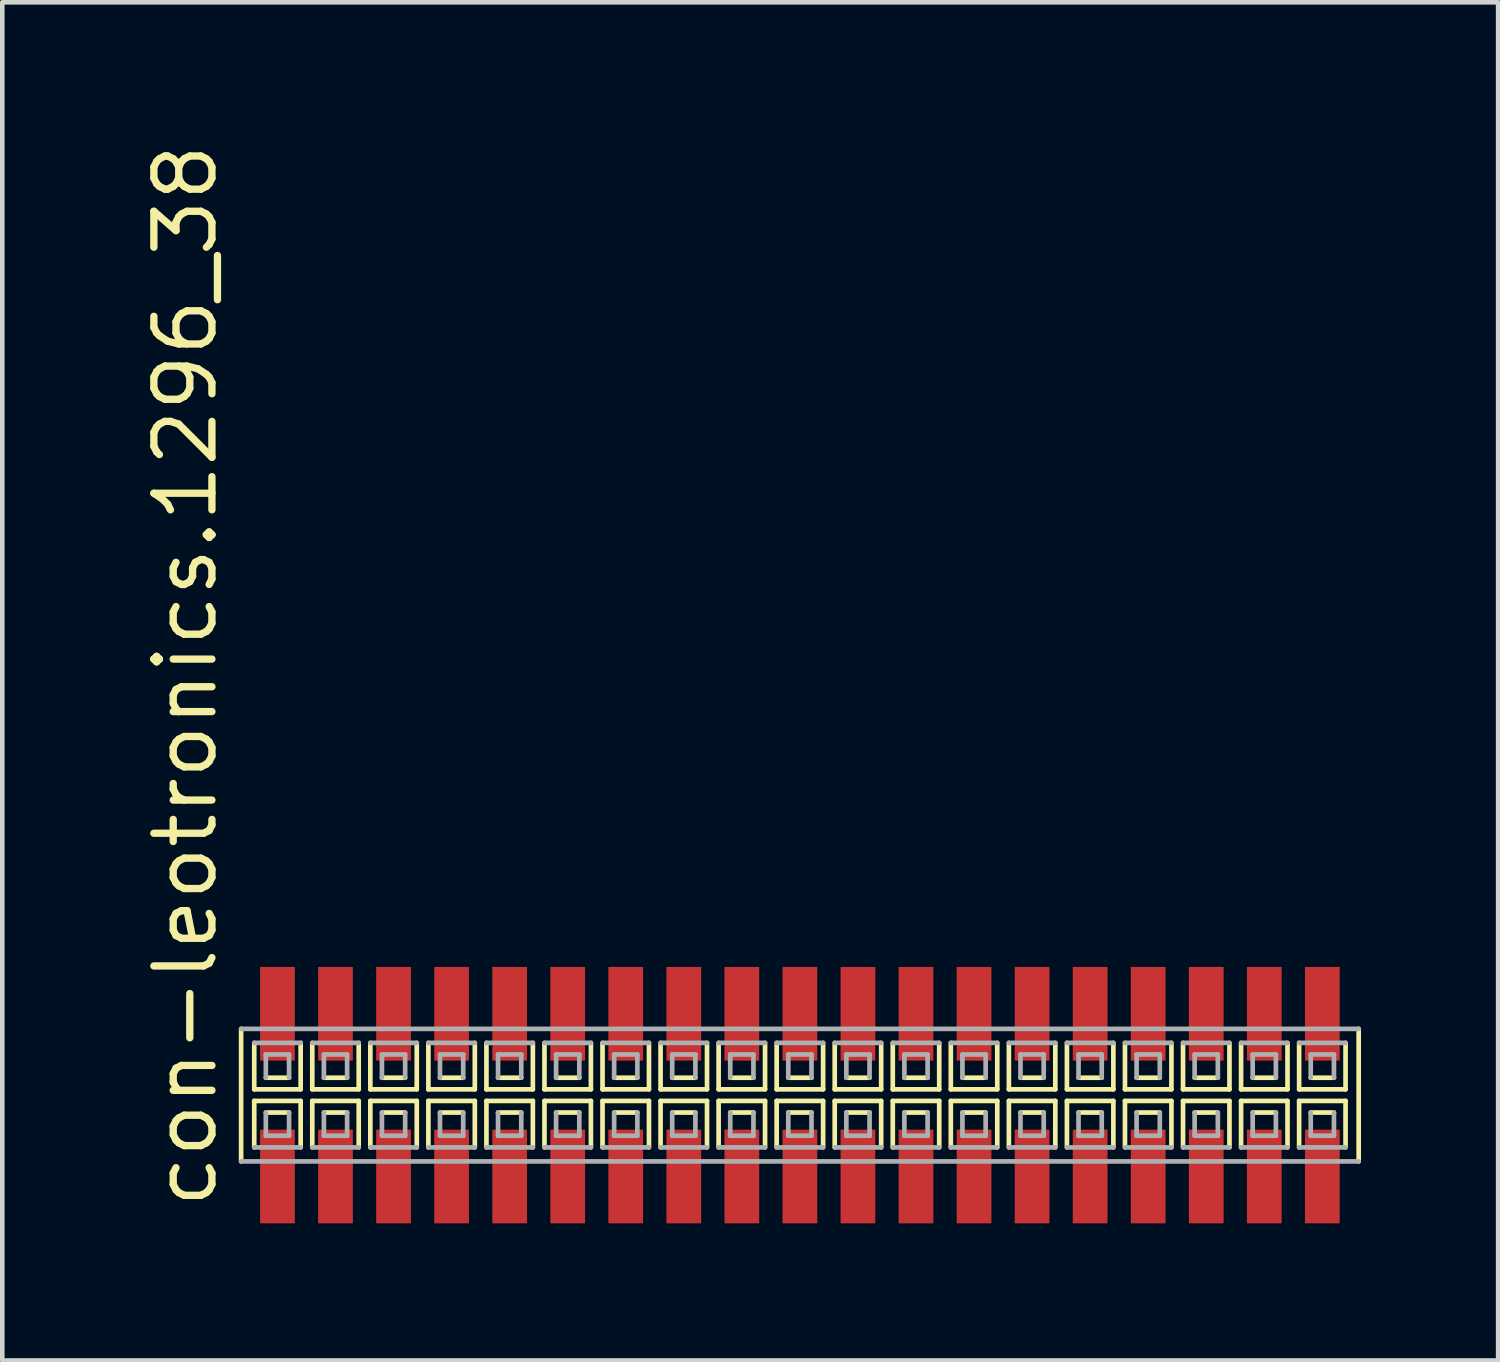
<source format=kicad_pcb>
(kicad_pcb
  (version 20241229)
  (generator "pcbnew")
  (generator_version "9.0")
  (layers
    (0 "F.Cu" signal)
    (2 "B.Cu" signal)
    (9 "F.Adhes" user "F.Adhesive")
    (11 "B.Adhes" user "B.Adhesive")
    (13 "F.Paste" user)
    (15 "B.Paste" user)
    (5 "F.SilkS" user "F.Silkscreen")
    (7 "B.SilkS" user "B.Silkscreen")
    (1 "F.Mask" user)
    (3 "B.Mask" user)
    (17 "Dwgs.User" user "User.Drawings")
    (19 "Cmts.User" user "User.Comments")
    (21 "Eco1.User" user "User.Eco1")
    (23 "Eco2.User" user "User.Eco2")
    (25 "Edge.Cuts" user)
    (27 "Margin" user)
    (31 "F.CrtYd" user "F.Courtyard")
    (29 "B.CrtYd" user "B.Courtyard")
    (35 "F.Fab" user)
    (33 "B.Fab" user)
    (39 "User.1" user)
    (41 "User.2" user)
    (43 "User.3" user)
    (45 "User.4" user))
  (footprint "con-leotronics.1296_38"
    (layer "F.Cu")
    (at 14.45 20.909)
    (property "Reference" "con-leotronics.1296_38" (at -12.7 2.54 90) (layer "F.SilkS") (effects (font (size 1.27 1.27) (thickness 0.16)) (justify left bottom)))
    (attr smd)
    (fp_line (start -12.225 -1.45) (end -12.225 1.45) (stroke (width 0.102) (type default)) (layer "F.SilkS"))
    (fp_line (start -11.938 -1.143) (end -11.938 -0.127) (stroke (width 0.102) (type default)) (layer "F.SilkS"))
    (fp_line (start -11.938 -0.127) (end -10.922 -0.127) (stroke (width 0.102) (type default)) (layer "F.SilkS"))
    (fp_line (start -11.938 0.127) (end -11.938 1.143) (stroke (width 0.102) (type default)) (layer "F.SilkS"))
    (fp_line (start -11.684 -0.381) (end -11.176 -0.381) (stroke (width 0.102) (type default)) (layer "F.SilkS"))
    (fp_line (start -11.176 0.381) (end -11.684 0.381) (stroke (width 0.102) (type default)) (layer "F.SilkS"))
    (fp_line (start -10.922 -0.127) (end -10.922 -1.143) (stroke (width 0.102) (type default)) (layer "F.SilkS"))
    (fp_line (start -10.922 0.127) (end -11.938 0.127) (stroke (width 0.102) (type default)) (layer "F.SilkS"))
    (fp_line (start -10.922 1.143) (end -10.922 0.127) (stroke (width 0.102) (type default)) (layer "F.SilkS"))
    (fp_line (start -10.668 -1.143) (end -10.668 -0.127) (stroke (width 0.102) (type default)) (layer "F.SilkS"))
    (fp_line (start -10.668 -0.127) (end -9.652 -0.127) (stroke (width 0.102) (type default)) (layer "F.SilkS"))
    (fp_line (start -10.668 0.127) (end -10.668 1.143) (stroke (width 0.102) (type default)) (layer "F.SilkS"))
    (fp_line (start -10.414 -0.381) (end -9.906 -0.381) (stroke (width 0.102) (type default)) (layer "F.SilkS"))
    (fp_line (start -9.906 0.381) (end -10.414 0.381) (stroke (width 0.102) (type default)) (layer "F.SilkS"))
    (fp_line (start -9.652 -0.127) (end -9.652 -1.143) (stroke (width 0.102) (type default)) (layer "F.SilkS"))
    (fp_line (start -9.652 0.127) (end -10.668 0.127) (stroke (width 0.102) (type default)) (layer "F.SilkS"))
    (fp_line (start -9.652 1.143) (end -9.652 0.127) (stroke (width 0.102) (type default)) (layer "F.SilkS"))
    (fp_line (start -9.398 -1.143) (end -9.398 -0.127) (stroke (width 0.102) (type default)) (layer "F.SilkS"))
    (fp_line (start -9.398 -0.127) (end -8.382 -0.127) (stroke (width 0.102) (type default)) (layer "F.SilkS"))
    (fp_line (start -9.398 0.127) (end -9.398 1.143) (stroke (width 0.102) (type default)) (layer "F.SilkS"))
    (fp_line (start -9.144 -0.381) (end -8.636 -0.381) (stroke (width 0.102) (type default)) (layer "F.SilkS"))
    (fp_line (start -8.636 0.381) (end -9.144 0.381) (stroke (width 0.102) (type default)) (layer "F.SilkS"))
    (fp_line (start -8.382 -0.127) (end -8.382 -1.143) (stroke (width 0.102) (type default)) (layer "F.SilkS"))
    (fp_line (start -8.382 0.127) (end -9.398 0.127) (stroke (width 0.102) (type default)) (layer "F.SilkS"))
    (fp_line (start -8.382 1.143) (end -8.382 0.127) (stroke (width 0.102) (type default)) (layer "F.SilkS"))
    (fp_line (start -8.128 -1.143) (end -8.128 -0.127) (stroke (width 0.102) (type default)) (layer "F.SilkS"))
    (fp_line (start -8.128 -0.127) (end -7.112 -0.127) (stroke (width 0.102) (type default)) (layer "F.SilkS"))
    (fp_line (start -8.128 0.127) (end -8.128 1.143) (stroke (width 0.102) (type default)) (layer "F.SilkS"))
    (fp_line (start -7.874 -0.381) (end -7.366 -0.381) (stroke (width 0.102) (type default)) (layer "F.SilkS"))
    (fp_line (start -7.366 0.381) (end -7.874 0.381) (stroke (width 0.102) (type default)) (layer "F.SilkS"))
    (fp_line (start -7.112 -0.127) (end -7.112 -1.143) (stroke (width 0.102) (type default)) (layer "F.SilkS"))
    (fp_line (start -7.112 0.127) (end -8.128 0.127) (stroke (width 0.102) (type default)) (layer "F.SilkS"))
    (fp_line (start -7.112 1.143) (end -7.112 0.127) (stroke (width 0.102) (type default)) (layer "F.SilkS"))
    (fp_line (start -6.858 -1.143) (end -6.858 -0.127) (stroke (width 0.102) (type default)) (layer "F.SilkS"))
    (fp_line (start -6.858 -0.127) (end -5.842 -0.127) (stroke (width 0.102) (type default)) (layer "F.SilkS"))
    (fp_line (start -6.858 0.127) (end -6.858 1.143) (stroke (width 0.102) (type default)) (layer "F.SilkS"))
    (fp_line (start -6.604 -0.381) (end -6.096 -0.381) (stroke (width 0.102) (type default)) (layer "F.SilkS"))
    (fp_line (start -6.096 0.381) (end -6.604 0.381) (stroke (width 0.102) (type default)) (layer "F.SilkS"))
    (fp_line (start -5.842 -0.127) (end -5.842 -1.143) (stroke (width 0.102) (type default)) (layer "F.SilkS"))
    (fp_line (start -5.842 0.127) (end -6.858 0.127) (stroke (width 0.102) (type default)) (layer "F.SilkS"))
    (fp_line (start -5.842 1.143) (end -5.842 0.127) (stroke (width 0.102) (type default)) (layer "F.SilkS"))
    (fp_line (start -5.588 -1.143) (end -5.588 -0.127) (stroke (width 0.102) (type default)) (layer "F.SilkS"))
    (fp_line (start -5.588 -0.127) (end -4.572 -0.127) (stroke (width 0.102) (type default)) (layer "F.SilkS"))
    (fp_line (start -5.588 0.127) (end -5.588 1.143) (stroke (width 0.102) (type default)) (layer "F.SilkS"))
    (fp_line (start -5.334 -0.381) (end -4.826 -0.381) (stroke (width 0.102) (type default)) (layer "F.SilkS"))
    (fp_line (start -4.826 0.381) (end -5.334 0.381) (stroke (width 0.102) (type default)) (layer "F.SilkS"))
    (fp_line (start -4.572 -0.127) (end -4.572 -1.143) (stroke (width 0.102) (type default)) (layer "F.SilkS"))
    (fp_line (start -4.572 0.127) (end -5.588 0.127) (stroke (width 0.102) (type default)) (layer "F.SilkS"))
    (fp_line (start -4.572 1.143) (end -4.572 0.127) (stroke (width 0.102) (type default)) (layer "F.SilkS"))
    (fp_line (start -4.318 -1.143) (end -4.318 -0.127) (stroke (width 0.102) (type default)) (layer "F.SilkS"))
    (fp_line (start -4.318 -0.127) (end -3.302 -0.127) (stroke (width 0.102) (type default)) (layer "F.SilkS"))
    (fp_line (start -4.318 0.127) (end -4.318 1.143) (stroke (width 0.102) (type default)) (layer "F.SilkS"))
    (fp_line (start -4.064 -0.381) (end -3.556 -0.381) (stroke (width 0.102) (type default)) (layer "F.SilkS"))
    (fp_line (start -3.556 0.381) (end -4.064 0.381) (stroke (width 0.102) (type default)) (layer "F.SilkS"))
    (fp_line (start -3.302 -0.127) (end -3.302 -1.143) (stroke (width 0.102) (type default)) (layer "F.SilkS"))
    (fp_line (start -3.302 0.127) (end -4.318 0.127) (stroke (width 0.102) (type default)) (layer "F.SilkS"))
    (fp_line (start -3.302 1.143) (end -3.302 0.127) (stroke (width 0.102) (type default)) (layer "F.SilkS"))
    (fp_line (start -3.048 -1.143) (end -3.048 -0.127) (stroke (width 0.102) (type default)) (layer "F.SilkS"))
    (fp_line (start -3.048 -0.127) (end -2.032 -0.127) (stroke (width 0.102) (type default)) (layer "F.SilkS"))
    (fp_line (start -3.048 0.127) (end -3.048 1.143) (stroke (width 0.102) (type default)) (layer "F.SilkS"))
    (fp_line (start -2.794 -0.381) (end -2.286 -0.381) (stroke (width 0.102) (type default)) (layer "F.SilkS"))
    (fp_line (start -2.286 0.381) (end -2.794 0.381) (stroke (width 0.102) (type default)) (layer "F.SilkS"))
    (fp_line (start -2.032 -0.127) (end -2.032 -1.143) (stroke (width 0.102) (type default)) (layer "F.SilkS"))
    (fp_line (start -2.032 0.127) (end -3.048 0.127) (stroke (width 0.102) (type default)) (layer "F.SilkS"))
    (fp_line (start -2.032 1.143) (end -2.032 0.127) (stroke (width 0.102) (type default)) (layer "F.SilkS"))
    (fp_line (start -1.778 -1.143) (end -1.778 -0.127) (stroke (width 0.102) (type default)) (layer "F.SilkS"))
    (fp_line (start -1.778 -0.127) (end -0.762 -0.127) (stroke (width 0.102) (type default)) (layer "F.SilkS"))
    (fp_line (start -1.778 0.127) (end -1.778 1.143) (stroke (width 0.102) (type default)) (layer "F.SilkS"))
    (fp_line (start -1.524 -0.381) (end -1.016 -0.381) (stroke (width 0.102) (type default)) (layer "F.SilkS"))
    (fp_line (start -1.016 0.381) (end -1.524 0.381) (stroke (width 0.102) (type default)) (layer "F.SilkS"))
    (fp_line (start -0.762 -0.127) (end -0.762 -1.143) (stroke (width 0.102) (type default)) (layer "F.SilkS"))
    (fp_line (start -0.762 0.127) (end -1.778 0.127) (stroke (width 0.102) (type default)) (layer "F.SilkS"))
    (fp_line (start -0.762 1.143) (end -0.762 0.127) (stroke (width 0.102) (type default)) (layer "F.SilkS"))
    (fp_line (start -0.508 -1.143) (end -0.508 -0.127) (stroke (width 0.102) (type default)) (layer "F.SilkS"))
    (fp_line (start -0.508 -0.127) (end 0.508 -0.127) (stroke (width 0.102) (type default)) (layer "F.SilkS"))
    (fp_line (start -0.508 0.127) (end -0.508 1.143) (stroke (width 0.102) (type default)) (layer "F.SilkS"))
    (fp_line (start -0.254 -0.381) (end 0.254 -0.381) (stroke (width 0.102) (type default)) (layer "F.SilkS"))
    (fp_line (start 0.254 0.381) (end -0.254 0.381) (stroke (width 0.102) (type default)) (layer "F.SilkS"))
    (fp_line (start 0.508 -0.127) (end 0.508 -1.143) (stroke (width 0.102) (type default)) (layer "F.SilkS"))
    (fp_line (start 0.508 0.127) (end -0.508 0.127) (stroke (width 0.102) (type default)) (layer "F.SilkS"))
    (fp_line (start 0.508 1.143) (end 0.508 0.127) (stroke (width 0.102) (type default)) (layer "F.SilkS"))
    (fp_line (start 0.762 -1.143) (end 0.762 -0.127) (stroke (width 0.102) (type default)) (layer "F.SilkS"))
    (fp_line (start 0.762 -0.127) (end 1.778 -0.127) (stroke (width 0.102) (type default)) (layer "F.SilkS"))
    (fp_line (start 0.762 0.127) (end 0.762 1.143) (stroke (width 0.102) (type default)) (layer "F.SilkS"))
    (fp_line (start 1.016 -0.381) (end 1.524 -0.381) (stroke (width 0.102) (type default)) (layer "F.SilkS"))
    (fp_line (start 1.524 0.381) (end 1.016 0.381) (stroke (width 0.102) (type default)) (layer "F.SilkS"))
    (fp_line (start 1.778 -0.127) (end 1.778 -1.143) (stroke (width 0.102) (type default)) (layer "F.SilkS"))
    (fp_line (start 1.778 0.127) (end 0.762 0.127) (stroke (width 0.102) (type default)) (layer "F.SilkS"))
    (fp_line (start 1.778 1.143) (end 1.778 0.127) (stroke (width 0.102) (type default)) (layer "F.SilkS"))
    (fp_line (start 2.032 -1.143) (end 2.032 -0.127) (stroke (width 0.102) (type default)) (layer "F.SilkS"))
    (fp_line (start 2.032 -0.127) (end 3.048 -0.127) (stroke (width 0.102) (type default)) (layer "F.SilkS"))
    (fp_line (start 2.032 0.127) (end 2.032 1.143) (stroke (width 0.102) (type default)) (layer "F.SilkS"))
    (fp_line (start 2.286 -0.381) (end 2.794 -0.381) (stroke (width 0.102) (type default)) (layer "F.SilkS"))
    (fp_line (start 2.794 0.381) (end 2.286 0.381) (stroke (width 0.102) (type default)) (layer "F.SilkS"))
    (fp_line (start 3.048 -0.127) (end 3.048 -1.143) (stroke (width 0.102) (type default)) (layer "F.SilkS"))
    (fp_line (start 3.048 0.127) (end 2.032 0.127) (stroke (width 0.102) (type default)) (layer "F.SilkS"))
    (fp_line (start 3.048 1.143) (end 3.048 0.127) (stroke (width 0.102) (type default)) (layer "F.SilkS"))
    (fp_line (start 3.302 -1.143) (end 3.302 -0.127) (stroke (width 0.102) (type default)) (layer "F.SilkS"))
    (fp_line (start 3.302 -0.127) (end 4.318 -0.127) (stroke (width 0.102) (type default)) (layer "F.SilkS"))
    (fp_line (start 3.302 0.127) (end 3.302 1.143) (stroke (width 0.102) (type default)) (layer "F.SilkS"))
    (fp_line (start 3.556 -0.381) (end 4.064 -0.381) (stroke (width 0.102) (type default)) (layer "F.SilkS"))
    (fp_line (start 4.064 0.381) (end 3.556 0.381) (stroke (width 0.102) (type default)) (layer "F.SilkS"))
    (fp_line (start 4.318 -0.127) (end 4.318 -1.143) (stroke (width 0.102) (type default)) (layer "F.SilkS"))
    (fp_line (start 4.318 0.127) (end 3.302 0.127) (stroke (width 0.102) (type default)) (layer "F.SilkS"))
    (fp_line (start 4.318 1.143) (end 4.318 0.127) (stroke (width 0.102) (type default)) (layer "F.SilkS"))
    (fp_line (start 4.572 -1.143) (end 4.572 -0.127) (stroke (width 0.102) (type default)) (layer "F.SilkS"))
    (fp_line (start 4.572 -0.127) (end 5.588 -0.127) (stroke (width 0.102) (type default)) (layer "F.SilkS"))
    (fp_line (start 4.572 0.127) (end 4.572 1.143) (stroke (width 0.102) (type default)) (layer "F.SilkS"))
    (fp_line (start 4.826 -0.381) (end 5.334 -0.381) (stroke (width 0.102) (type default)) (layer "F.SilkS"))
    (fp_line (start 5.334 0.381) (end 4.826 0.381) (stroke (width 0.102) (type default)) (layer "F.SilkS"))
    (fp_line (start 5.588 -0.127) (end 5.588 -1.143) (stroke (width 0.102) (type default)) (layer "F.SilkS"))
    (fp_line (start 5.588 0.127) (end 4.572 0.127) (stroke (width 0.102) (type default)) (layer "F.SilkS"))
    (fp_line (start 5.588 1.143) (end 5.588 0.127) (stroke (width 0.102) (type default)) (layer "F.SilkS"))
    (fp_line (start 5.842 -1.143) (end 5.842 -0.127) (stroke (width 0.102) (type default)) (layer "F.SilkS"))
    (fp_line (start 5.842 -0.127) (end 6.858 -0.127) (stroke (width 0.102) (type default)) (layer "F.SilkS"))
    (fp_line (start 5.842 0.127) (end 5.842 1.143) (stroke (width 0.102) (type default)) (layer "F.SilkS"))
    (fp_line (start 6.096 -0.381) (end 6.604 -0.381) (stroke (width 0.102) (type default)) (layer "F.SilkS"))
    (fp_line (start 6.604 0.381) (end 6.096 0.381) (stroke (width 0.102) (type default)) (layer "F.SilkS"))
    (fp_line (start 6.858 -0.127) (end 6.858 -1.143) (stroke (width 0.102) (type default)) (layer "F.SilkS"))
    (fp_line (start 6.858 0.127) (end 5.842 0.127) (stroke (width 0.102) (type default)) (layer "F.SilkS"))
    (fp_line (start 6.858 1.143) (end 6.858 0.127) (stroke (width 0.102) (type default)) (layer "F.SilkS"))
    (fp_line (start 7.112 -1.143) (end 7.112 -0.127) (stroke (width 0.102) (type default)) (layer "F.SilkS"))
    (fp_line (start 7.112 -0.127) (end 8.128 -0.127) (stroke (width 0.102) (type default)) (layer "F.SilkS"))
    (fp_line (start 7.112 0.127) (end 7.112 1.143) (stroke (width 0.102) (type default)) (layer "F.SilkS"))
    (fp_line (start 7.366 -0.381) (end 7.874 -0.381) (stroke (width 0.102) (type default)) (layer "F.SilkS"))
    (fp_line (start 7.874 0.381) (end 7.366 0.381) (stroke (width 0.102) (type default)) (layer "F.SilkS"))
    (fp_line (start 8.128 -0.127) (end 8.128 -1.143) (stroke (width 0.102) (type default)) (layer "F.SilkS"))
    (fp_line (start 8.128 0.127) (end 7.112 0.127) (stroke (width 0.102) (type default)) (layer "F.SilkS"))
    (fp_line (start 8.128 1.143) (end 8.128 0.127) (stroke (width 0.102) (type default)) (layer "F.SilkS"))
    (fp_line (start 8.382 -1.143) (end 8.382 -0.127) (stroke (width 0.102) (type default)) (layer "F.SilkS"))
    (fp_line (start 8.382 -0.127) (end 9.398 -0.127) (stroke (width 0.102) (type default)) (layer "F.SilkS"))
    (fp_line (start 8.382 0.127) (end 8.382 1.143) (stroke (width 0.102) (type default)) (layer "F.SilkS"))
    (fp_line (start 8.636 -0.381) (end 9.144 -0.381) (stroke (width 0.102) (type default)) (layer "F.SilkS"))
    (fp_line (start 9.144 0.381) (end 8.636 0.381) (stroke (width 0.102) (type default)) (layer "F.SilkS"))
    (fp_line (start 9.398 -0.127) (end 9.398 -1.143) (stroke (width 0.102) (type default)) (layer "F.SilkS"))
    (fp_line (start 9.398 0.127) (end 8.382 0.127) (stroke (width 0.102) (type default)) (layer "F.SilkS"))
    (fp_line (start 9.398 1.143) (end 9.398 0.127) (stroke (width 0.102) (type default)) (layer "F.SilkS"))
    (fp_line (start 9.652 -1.143) (end 9.652 -0.127) (stroke (width 0.102) (type default)) (layer "F.SilkS"))
    (fp_line (start 9.652 -0.127) (end 10.668 -0.127) (stroke (width 0.102) (type default)) (layer "F.SilkS"))
    (fp_line (start 9.652 0.127) (end 9.652 1.143) (stroke (width 0.102) (type default)) (layer "F.SilkS"))
    (fp_line (start 9.906 -0.381) (end 10.414 -0.381) (stroke (width 0.102) (type default)) (layer "F.SilkS"))
    (fp_line (start 10.414 0.381) (end 9.906 0.381) (stroke (width 0.102) (type default)) (layer "F.SilkS"))
    (fp_line (start 10.668 -0.127) (end 10.668 -1.143) (stroke (width 0.102) (type default)) (layer "F.SilkS"))
    (fp_line (start 10.668 0.127) (end 9.652 0.127) (stroke (width 0.102) (type default)) (layer "F.SilkS"))
    (fp_line (start 10.668 1.143) (end 10.668 0.127) (stroke (width 0.102) (type default)) (layer "F.SilkS"))
    (fp_line (start 10.922 -1.143) (end 10.922 -0.127) (stroke (width 0.102) (type default)) (layer "F.SilkS"))
    (fp_line (start 10.922 -0.127) (end 11.938 -0.127) (stroke (width 0.102) (type default)) (layer "F.SilkS"))
    (fp_line (start 10.922 0.127) (end 10.922 1.143) (stroke (width 0.102) (type default)) (layer "F.SilkS"))
    (fp_line (start 11.176 -0.381) (end 11.684 -0.381) (stroke (width 0.102) (type default)) (layer "F.SilkS"))
    (fp_line (start 11.684 0.381) (end 11.176 0.381) (stroke (width 0.102) (type default)) (layer "F.SilkS"))
    (fp_line (start 11.938 -0.127) (end 11.938 -1.143) (stroke (width 0.102) (type default)) (layer "F.SilkS"))
    (fp_line (start 11.938 0.127) (end 10.922 0.127) (stroke (width 0.102) (type default)) (layer "F.SilkS"))
    (fp_line (start 11.938 1.143) (end 11.938 0.127) (stroke (width 0.102) (type default)) (layer "F.SilkS"))
    (fp_line (start 12.225 1.45) (end 12.225 -1.45) (stroke (width 0.102) (type default)) (layer "F.SilkS"))
    (fp_line (start -12.225 1.45) (end 12.225 1.45) (stroke (width 0.102) (type default)) (layer "F.Fab"))
    (fp_line (start -11.938 1.143) (end -10.922 1.143) (stroke (width 0.102) (type default)) (layer "F.Fab"))
    (fp_line (start -11.684 -0.889) (end -11.684 -0.381) (stroke (width 0.102) (type default)) (layer "F.Fab"))
    (fp_line (start -11.684 0.381) (end -11.684 0.889) (stroke (width 0.102) (type default)) (layer "F.Fab"))
    (fp_line (start -11.684 0.889) (end -11.176 0.889) (stroke (width 0.102) (type default)) (layer "F.Fab"))
    (fp_line (start -11.176 -0.889) (end -11.684 -0.889) (stroke (width 0.102) (type default)) (layer "F.Fab"))
    (fp_line (start -11.176 -0.381) (end -11.176 -0.889) (stroke (width 0.102) (type default)) (layer "F.Fab"))
    (fp_line (start -11.176 0.889) (end -11.176 0.381) (stroke (width 0.102) (type default)) (layer "F.Fab"))
    (fp_line (start -10.922 -1.143) (end -11.938 -1.143) (stroke (width 0.102) (type default)) (layer "F.Fab"))
    (fp_line (start -10.668 1.143) (end -9.652 1.143) (stroke (width 0.102) (type default)) (layer "F.Fab"))
    (fp_line (start -10.414 -0.889) (end -10.414 -0.381) (stroke (width 0.102) (type default)) (layer "F.Fab"))
    (fp_line (start -10.414 0.381) (end -10.414 0.889) (stroke (width 0.102) (type default)) (layer "F.Fab"))
    (fp_line (start -10.414 0.889) (end -9.906 0.889) (stroke (width 0.102) (type default)) (layer "F.Fab"))
    (fp_line (start -9.906 -0.889) (end -10.414 -0.889) (stroke (width 0.102) (type default)) (layer "F.Fab"))
    (fp_line (start -9.906 -0.381) (end -9.906 -0.889) (stroke (width 0.102) (type default)) (layer "F.Fab"))
    (fp_line (start -9.906 0.889) (end -9.906 0.381) (stroke (width 0.102) (type default)) (layer "F.Fab"))
    (fp_line (start -9.652 -1.143) (end -10.668 -1.143) (stroke (width 0.102) (type default)) (layer "F.Fab"))
    (fp_line (start -9.398 1.143) (end -8.382 1.143) (stroke (width 0.102) (type default)) (layer "F.Fab"))
    (fp_line (start -9.144 -0.889) (end -9.144 -0.381) (stroke (width 0.102) (type default)) (layer "F.Fab"))
    (fp_line (start -9.144 0.381) (end -9.144 0.889) (stroke (width 0.102) (type default)) (layer "F.Fab"))
    (fp_line (start -9.144 0.889) (end -8.636 0.889) (stroke (width 0.102) (type default)) (layer "F.Fab"))
    (fp_line (start -8.636 -0.889) (end -9.144 -0.889) (stroke (width 0.102) (type default)) (layer "F.Fab"))
    (fp_line (start -8.636 -0.381) (end -8.636 -0.889) (stroke (width 0.102) (type default)) (layer "F.Fab"))
    (fp_line (start -8.636 0.889) (end -8.636 0.381) (stroke (width 0.102) (type default)) (layer "F.Fab"))
    (fp_line (start -8.382 -1.143) (end -9.398 -1.143) (stroke (width 0.102) (type default)) (layer "F.Fab"))
    (fp_line (start -8.128 1.143) (end -7.112 1.143) (stroke (width 0.102) (type default)) (layer "F.Fab"))
    (fp_line (start -7.874 -0.889) (end -7.874 -0.381) (stroke (width 0.102) (type default)) (layer "F.Fab"))
    (fp_line (start -7.874 0.381) (end -7.874 0.889) (stroke (width 0.102) (type default)) (layer "F.Fab"))
    (fp_line (start -7.874 0.889) (end -7.366 0.889) (stroke (width 0.102) (type default)) (layer "F.Fab"))
    (fp_line (start -7.366 -0.889) (end -7.874 -0.889) (stroke (width 0.102) (type default)) (layer "F.Fab"))
    (fp_line (start -7.366 -0.381) (end -7.366 -0.889) (stroke (width 0.102) (type default)) (layer "F.Fab"))
    (fp_line (start -7.366 0.889) (end -7.366 0.381) (stroke (width 0.102) (type default)) (layer "F.Fab"))
    (fp_line (start -7.112 -1.143) (end -8.128 -1.143) (stroke (width 0.102) (type default)) (layer "F.Fab"))
    (fp_line (start -6.858 1.143) (end -5.842 1.143) (stroke (width 0.102) (type default)) (layer "F.Fab"))
    (fp_line (start -6.604 -0.889) (end -6.604 -0.381) (stroke (width 0.102) (type default)) (layer "F.Fab"))
    (fp_line (start -6.604 0.381) (end -6.604 0.889) (stroke (width 0.102) (type default)) (layer "F.Fab"))
    (fp_line (start -6.604 0.889) (end -6.096 0.889) (stroke (width 0.102) (type default)) (layer "F.Fab"))
    (fp_line (start -6.096 -0.889) (end -6.604 -0.889) (stroke (width 0.102) (type default)) (layer "F.Fab"))
    (fp_line (start -6.096 -0.381) (end -6.096 -0.889) (stroke (width 0.102) (type default)) (layer "F.Fab"))
    (fp_line (start -6.096 0.889) (end -6.096 0.381) (stroke (width 0.102) (type default)) (layer "F.Fab"))
    (fp_line (start -5.842 -1.143) (end -6.858 -1.143) (stroke (width 0.102) (type default)) (layer "F.Fab"))
    (fp_line (start -5.588 1.143) (end -4.572 1.143) (stroke (width 0.102) (type default)) (layer "F.Fab"))
    (fp_line (start -5.334 -0.889) (end -5.334 -0.381) (stroke (width 0.102) (type default)) (layer "F.Fab"))
    (fp_line (start -5.334 0.381) (end -5.334 0.889) (stroke (width 0.102) (type default)) (layer "F.Fab"))
    (fp_line (start -5.334 0.889) (end -4.826 0.889) (stroke (width 0.102) (type default)) (layer "F.Fab"))
    (fp_line (start -4.826 -0.889) (end -5.334 -0.889) (stroke (width 0.102) (type default)) (layer "F.Fab"))
    (fp_line (start -4.826 -0.381) (end -4.826 -0.889) (stroke (width 0.102) (type default)) (layer "F.Fab"))
    (fp_line (start -4.826 0.889) (end -4.826 0.381) (stroke (width 0.102) (type default)) (layer "F.Fab"))
    (fp_line (start -4.572 -1.143) (end -5.588 -1.143) (stroke (width 0.102) (type default)) (layer "F.Fab"))
    (fp_line (start -4.318 1.143) (end -3.302 1.143) (stroke (width 0.102) (type default)) (layer "F.Fab"))
    (fp_line (start -4.064 -0.889) (end -4.064 -0.381) (stroke (width 0.102) (type default)) (layer "F.Fab"))
    (fp_line (start -4.064 0.381) (end -4.064 0.889) (stroke (width 0.102) (type default)) (layer "F.Fab"))
    (fp_line (start -4.064 0.889) (end -3.556 0.889) (stroke (width 0.102) (type default)) (layer "F.Fab"))
    (fp_line (start -3.556 -0.889) (end -4.064 -0.889) (stroke (width 0.102) (type default)) (layer "F.Fab"))
    (fp_line (start -3.556 -0.381) (end -3.556 -0.889) (stroke (width 0.102) (type default)) (layer "F.Fab"))
    (fp_line (start -3.556 0.889) (end -3.556 0.381) (stroke (width 0.102) (type default)) (layer "F.Fab"))
    (fp_line (start -3.302 -1.143) (end -4.318 -1.143) (stroke (width 0.102) (type default)) (layer "F.Fab"))
    (fp_line (start -3.048 1.143) (end -2.032 1.143) (stroke (width 0.102) (type default)) (layer "F.Fab"))
    (fp_line (start -2.794 -0.889) (end -2.794 -0.381) (stroke (width 0.102) (type default)) (layer "F.Fab"))
    (fp_line (start -2.794 0.381) (end -2.794 0.889) (stroke (width 0.102) (type default)) (layer "F.Fab"))
    (fp_line (start -2.794 0.889) (end -2.286 0.889) (stroke (width 0.102) (type default)) (layer "F.Fab"))
    (fp_line (start -2.286 -0.889) (end -2.794 -0.889) (stroke (width 0.102) (type default)) (layer "F.Fab"))
    (fp_line (start -2.286 -0.381) (end -2.286 -0.889) (stroke (width 0.102) (type default)) (layer "F.Fab"))
    (fp_line (start -2.286 0.889) (end -2.286 0.381) (stroke (width 0.102) (type default)) (layer "F.Fab"))
    (fp_line (start -2.032 -1.143) (end -3.048 -1.143) (stroke (width 0.102) (type default)) (layer "F.Fab"))
    (fp_line (start -1.778 1.143) (end -0.762 1.143) (stroke (width 0.102) (type default)) (layer "F.Fab"))
    (fp_line (start -1.524 -0.889) (end -1.524 -0.381) (stroke (width 0.102) (type default)) (layer "F.Fab"))
    (fp_line (start -1.524 0.381) (end -1.524 0.889) (stroke (width 0.102) (type default)) (layer "F.Fab"))
    (fp_line (start -1.524 0.889) (end -1.016 0.889) (stroke (width 0.102) (type default)) (layer "F.Fab"))
    (fp_line (start -1.016 -0.889) (end -1.524 -0.889) (stroke (width 0.102) (type default)) (layer "F.Fab"))
    (fp_line (start -1.016 -0.381) (end -1.016 -0.889) (stroke (width 0.102) (type default)) (layer "F.Fab"))
    (fp_line (start -1.016 0.889) (end -1.016 0.381) (stroke (width 0.102) (type default)) (layer "F.Fab"))
    (fp_line (start -0.762 -1.143) (end -1.778 -1.143) (stroke (width 0.102) (type default)) (layer "F.Fab"))
    (fp_line (start -0.508 1.143) (end 0.508 1.143) (stroke (width 0.102) (type default)) (layer "F.Fab"))
    (fp_line (start -0.254 -0.889) (end -0.254 -0.381) (stroke (width 0.102) (type default)) (layer "F.Fab"))
    (fp_line (start -0.254 0.381) (end -0.254 0.889) (stroke (width 0.102) (type default)) (layer "F.Fab"))
    (fp_line (start -0.254 0.889) (end 0.254 0.889) (stroke (width 0.102) (type default)) (layer "F.Fab"))
    (fp_line (start 0.254 -0.889) (end -0.254 -0.889) (stroke (width 0.102) (type default)) (layer "F.Fab"))
    (fp_line (start 0.254 -0.381) (end 0.254 -0.889) (stroke (width 0.102) (type default)) (layer "F.Fab"))
    (fp_line (start 0.254 0.889) (end 0.254 0.381) (stroke (width 0.102) (type default)) (layer "F.Fab"))
    (fp_line (start 0.508 -1.143) (end -0.508 -1.143) (stroke (width 0.102) (type default)) (layer "F.Fab"))
    (fp_line (start 0.762 1.143) (end 1.778 1.143) (stroke (width 0.102) (type default)) (layer "F.Fab"))
    (fp_line (start 1.016 -0.889) (end 1.016 -0.381) (stroke (width 0.102) (type default)) (layer "F.Fab"))
    (fp_line (start 1.016 0.381) (end 1.016 0.889) (stroke (width 0.102) (type default)) (layer "F.Fab"))
    (fp_line (start 1.016 0.889) (end 1.524 0.889) (stroke (width 0.102) (type default)) (layer "F.Fab"))
    (fp_line (start 1.524 -0.889) (end 1.016 -0.889) (stroke (width 0.102) (type default)) (layer "F.Fab"))
    (fp_line (start 1.524 -0.381) (end 1.524 -0.889) (stroke (width 0.102) (type default)) (layer "F.Fab"))
    (fp_line (start 1.524 0.889) (end 1.524 0.381) (stroke (width 0.102) (type default)) (layer "F.Fab"))
    (fp_line (start 1.778 -1.143) (end 0.762 -1.143) (stroke (width 0.102) (type default)) (layer "F.Fab"))
    (fp_line (start 2.032 1.143) (end 3.048 1.143) (stroke (width 0.102) (type default)) (layer "F.Fab"))
    (fp_line (start 2.286 -0.889) (end 2.286 -0.381) (stroke (width 0.102) (type default)) (layer "F.Fab"))
    (fp_line (start 2.286 0.381) (end 2.286 0.889) (stroke (width 0.102) (type default)) (layer "F.Fab"))
    (fp_line (start 2.286 0.889) (end 2.794 0.889) (stroke (width 0.102) (type default)) (layer "F.Fab"))
    (fp_line (start 2.794 -0.889) (end 2.286 -0.889) (stroke (width 0.102) (type default)) (layer "F.Fab"))
    (fp_line (start 2.794 -0.381) (end 2.794 -0.889) (stroke (width 0.102) (type default)) (layer "F.Fab"))
    (fp_line (start 2.794 0.889) (end 2.794 0.381) (stroke (width 0.102) (type default)) (layer "F.Fab"))
    (fp_line (start 3.048 -1.143) (end 2.032 -1.143) (stroke (width 0.102) (type default)) (layer "F.Fab"))
    (fp_line (start 3.302 1.143) (end 4.318 1.143) (stroke (width 0.102) (type default)) (layer "F.Fab"))
    (fp_line (start 3.556 -0.889) (end 3.556 -0.381) (stroke (width 0.102) (type default)) (layer "F.Fab"))
    (fp_line (start 3.556 0.381) (end 3.556 0.889) (stroke (width 0.102) (type default)) (layer "F.Fab"))
    (fp_line (start 3.556 0.889) (end 4.064 0.889) (stroke (width 0.102) (type default)) (layer "F.Fab"))
    (fp_line (start 4.064 -0.889) (end 3.556 -0.889) (stroke (width 0.102) (type default)) (layer "F.Fab"))
    (fp_line (start 4.064 -0.381) (end 4.064 -0.889) (stroke (width 0.102) (type default)) (layer "F.Fab"))
    (fp_line (start 4.064 0.889) (end 4.064 0.381) (stroke (width 0.102) (type default)) (layer "F.Fab"))
    (fp_line (start 4.318 -1.143) (end 3.302 -1.143) (stroke (width 0.102) (type default)) (layer "F.Fab"))
    (fp_line (start 4.572 1.143) (end 5.588 1.143) (stroke (width 0.102) (type default)) (layer "F.Fab"))
    (fp_line (start 4.826 -0.889) (end 4.826 -0.381) (stroke (width 0.102) (type default)) (layer "F.Fab"))
    (fp_line (start 4.826 0.381) (end 4.826 0.889) (stroke (width 0.102) (type default)) (layer "F.Fab"))
    (fp_line (start 4.826 0.889) (end 5.334 0.889) (stroke (width 0.102) (type default)) (layer "F.Fab"))
    (fp_line (start 5.334 -0.889) (end 4.826 -0.889) (stroke (width 0.102) (type default)) (layer "F.Fab"))
    (fp_line (start 5.334 -0.381) (end 5.334 -0.889) (stroke (width 0.102) (type default)) (layer "F.Fab"))
    (fp_line (start 5.334 0.889) (end 5.334 0.381) (stroke (width 0.102) (type default)) (layer "F.Fab"))
    (fp_line (start 5.588 -1.143) (end 4.572 -1.143) (stroke (width 0.102) (type default)) (layer "F.Fab"))
    (fp_line (start 5.842 1.143) (end 6.858 1.143) (stroke (width 0.102) (type default)) (layer "F.Fab"))
    (fp_line (start 6.096 -0.889) (end 6.096 -0.381) (stroke (width 0.102) (type default)) (layer "F.Fab"))
    (fp_line (start 6.096 0.381) (end 6.096 0.889) (stroke (width 0.102) (type default)) (layer "F.Fab"))
    (fp_line (start 6.096 0.889) (end 6.604 0.889) (stroke (width 0.102) (type default)) (layer "F.Fab"))
    (fp_line (start 6.604 -0.889) (end 6.096 -0.889) (stroke (width 0.102) (type default)) (layer "F.Fab"))
    (fp_line (start 6.604 -0.381) (end 6.604 -0.889) (stroke (width 0.102) (type default)) (layer "F.Fab"))
    (fp_line (start 6.604 0.889) (end 6.604 0.381) (stroke (width 0.102) (type default)) (layer "F.Fab"))
    (fp_line (start 6.858 -1.143) (end 5.842 -1.143) (stroke (width 0.102) (type default)) (layer "F.Fab"))
    (fp_line (start 7.112 1.143) (end 8.128 1.143) (stroke (width 0.102) (type default)) (layer "F.Fab"))
    (fp_line (start 7.366 -0.889) (end 7.366 -0.381) (stroke (width 0.102) (type default)) (layer "F.Fab"))
    (fp_line (start 7.366 0.381) (end 7.366 0.889) (stroke (width 0.102) (type default)) (layer "F.Fab"))
    (fp_line (start 7.366 0.889) (end 7.874 0.889) (stroke (width 0.102) (type default)) (layer "F.Fab"))
    (fp_line (start 7.874 -0.889) (end 7.366 -0.889) (stroke (width 0.102) (type default)) (layer "F.Fab"))
    (fp_line (start 7.874 -0.381) (end 7.874 -0.889) (stroke (width 0.102) (type default)) (layer "F.Fab"))
    (fp_line (start 7.874 0.889) (end 7.874 0.381) (stroke (width 0.102) (type default)) (layer "F.Fab"))
    (fp_line (start 8.128 -1.143) (end 7.112 -1.143) (stroke (width 0.102) (type default)) (layer "F.Fab"))
    (fp_line (start 8.382 1.143) (end 9.398 1.143) (stroke (width 0.102) (type default)) (layer "F.Fab"))
    (fp_line (start 8.636 -0.889) (end 8.636 -0.381) (stroke (width 0.102) (type default)) (layer "F.Fab"))
    (fp_line (start 8.636 0.381) (end 8.636 0.889) (stroke (width 0.102) (type default)) (layer "F.Fab"))
    (fp_line (start 8.636 0.889) (end 9.144 0.889) (stroke (width 0.102) (type default)) (layer "F.Fab"))
    (fp_line (start 9.144 -0.889) (end 8.636 -0.889) (stroke (width 0.102) (type default)) (layer "F.Fab"))
    (fp_line (start 9.144 -0.381) (end 9.144 -0.889) (stroke (width 0.102) (type default)) (layer "F.Fab"))
    (fp_line (start 9.144 0.889) (end 9.144 0.381) (stroke (width 0.102) (type default)) (layer "F.Fab"))
    (fp_line (start 9.398 -1.143) (end 8.382 -1.143) (stroke (width 0.102) (type default)) (layer "F.Fab"))
    (fp_line (start 9.652 1.143) (end 10.668 1.143) (stroke (width 0.102) (type default)) (layer "F.Fab"))
    (fp_line (start 9.906 -0.889) (end 9.906 -0.381) (stroke (width 0.102) (type default)) (layer "F.Fab"))
    (fp_line (start 9.906 0.381) (end 9.906 0.889) (stroke (width 0.102) (type default)) (layer "F.Fab"))
    (fp_line (start 9.906 0.889) (end 10.414 0.889) (stroke (width 0.102) (type default)) (layer "F.Fab"))
    (fp_line (start 10.414 -0.889) (end 9.906 -0.889) (stroke (width 0.102) (type default)) (layer "F.Fab"))
    (fp_line (start 10.414 -0.381) (end 10.414 -0.889) (stroke (width 0.102) (type default)) (layer "F.Fab"))
    (fp_line (start 10.414 0.889) (end 10.414 0.381) (stroke (width 0.102) (type default)) (layer "F.Fab"))
    (fp_line (start 10.668 -1.143) (end 9.652 -1.143) (stroke (width 0.102) (type default)) (layer "F.Fab"))
    (fp_line (start 10.922 1.143) (end 11.938 1.143) (stroke (width 0.102) (type default)) (layer "F.Fab"))
    (fp_line (start 11.176 -0.889) (end 11.176 -0.381) (stroke (width 0.102) (type default)) (layer "F.Fab"))
    (fp_line (start 11.176 0.381) (end 11.176 0.889) (stroke (width 0.102) (type default)) (layer "F.Fab"))
    (fp_line (start 11.176 0.889) (end 11.684 0.889) (stroke (width 0.102) (type default)) (layer "F.Fab"))
    (fp_line (start 11.684 -0.889) (end 11.176 -0.889) (stroke (width 0.102) (type default)) (layer "F.Fab"))
    (fp_line (start 11.684 -0.381) (end 11.684 -0.889) (stroke (width 0.102) (type default)) (layer "F.Fab"))
    (fp_line (start 11.684 0.889) (end 11.684 0.381) (stroke (width 0.102) (type default)) (layer "F.Fab"))
    (fp_line (start 11.938 -1.143) (end 10.922 -1.143) (stroke (width 0.102) (type default)) (layer "F.Fab"))
    (fp_line (start 12.225 -1.45) (end -12.225 -1.45) (stroke (width 0.102) (type default)) (layer "F.Fab"))
    (pad "1" smd roundrect (at -11.43 1.78) (size 0.76 2.05) (layers "F.Cu" "F.Mask" "F.Paste") (roundrect_rratio 0.01))
    (pad "2" smd roundrect (at -11.43 -1.78) (size 0.76 2.05) (layers "F.Cu" "F.Mask" "F.Paste") (roundrect_rratio 0.01))
    (pad "3" smd roundrect (at -10.16 1.78) (size 0.76 2.05) (layers "F.Cu" "F.Mask" "F.Paste") (roundrect_rratio 0.01))
    (pad "4" smd roundrect (at -10.16 -1.78) (size 0.76 2.05) (layers "F.Cu" "F.Mask" "F.Paste") (roundrect_rratio 0.01))
    (pad "5" smd roundrect (at -8.89 1.78) (size 0.76 2.05) (layers "F.Cu" "F.Mask" "F.Paste") (roundrect_rratio 0.01))
    (pad "6" smd roundrect (at -8.89 -1.78) (size 0.76 2.05) (layers "F.Cu" "F.Mask" "F.Paste") (roundrect_rratio 0.01))
    (pad "7" smd roundrect (at -7.62 1.78) (size 0.76 2.05) (layers "F.Cu" "F.Mask" "F.Paste") (roundrect_rratio 0.01))
    (pad "8" smd roundrect (at -7.62 -1.78) (size 0.76 2.05) (layers "F.Cu" "F.Mask" "F.Paste") (roundrect_rratio 0.01))
    (pad "9" smd roundrect (at -6.35 1.78) (size 0.76 2.05) (layers "F.Cu" "F.Mask" "F.Paste") (roundrect_rratio 0.01))
    (pad "10" smd roundrect (at -6.35 -1.78) (size 0.76 2.05) (layers "F.Cu" "F.Mask" "F.Paste") (roundrect_rratio 0.01))
    (pad "11" smd roundrect (at -5.08 1.78) (size 0.76 2.05) (layers "F.Cu" "F.Mask" "F.Paste") (roundrect_rratio 0.01))
    (pad "12" smd roundrect (at -5.08 -1.78) (size 0.76 2.05) (layers "F.Cu" "F.Mask" "F.Paste") (roundrect_rratio 0.01))
    (pad "13" smd roundrect (at -3.81 1.78) (size 0.76 2.05) (layers "F.Cu" "F.Mask" "F.Paste") (roundrect_rratio 0.01))
    (pad "14" smd roundrect (at -3.81 -1.78) (size 0.76 2.05) (layers "F.Cu" "F.Mask" "F.Paste") (roundrect_rratio 0.01))
    (pad "15" smd roundrect (at -2.54 1.78) (size 0.76 2.05) (layers "F.Cu" "F.Mask" "F.Paste") (roundrect_rratio 0.01))
    (pad "16" smd roundrect (at -2.54 -1.78) (size 0.76 2.05) (layers "F.Cu" "F.Mask" "F.Paste") (roundrect_rratio 0.01))
    (pad "17" smd roundrect (at -1.27 1.78) (size 0.76 2.05) (layers "F.Cu" "F.Mask" "F.Paste") (roundrect_rratio 0.01))
    (pad "18" smd roundrect (at -1.27 -1.78) (size 0.76 2.05) (layers "F.Cu" "F.Mask" "F.Paste") (roundrect_rratio 0.01))
    (pad "19" smd roundrect (at 0 1.78) (size 0.76 2.05) (layers "F.Cu" "F.Mask" "F.Paste") (roundrect_rratio 0.01))
    (pad "20" smd roundrect (at 0 -1.78) (size 0.76 2.05) (layers "F.Cu" "F.Mask" "F.Paste") (roundrect_rratio 0.01))
    (pad "21" smd roundrect (at 1.27 1.78) (size 0.76 2.05) (layers "F.Cu" "F.Mask" "F.Paste") (roundrect_rratio 0.01))
    (pad "22" smd roundrect (at 1.27 -1.78) (size 0.76 2.05) (layers "F.Cu" "F.Mask" "F.Paste") (roundrect_rratio 0.01))
    (pad "23" smd roundrect (at 2.54 1.78) (size 0.76 2.05) (layers "F.Cu" "F.Mask" "F.Paste") (roundrect_rratio 0.01))
    (pad "24" smd roundrect (at 2.54 -1.78) (size 0.76 2.05) (layers "F.Cu" "F.Mask" "F.Paste") (roundrect_rratio 0.01))
    (pad "25" smd roundrect (at 3.81 1.78) (size 0.76 2.05) (layers "F.Cu" "F.Mask" "F.Paste") (roundrect_rratio 0.01))
    (pad "26" smd roundrect (at 3.81 -1.78) (size 0.76 2.05) (layers "F.Cu" "F.Mask" "F.Paste") (roundrect_rratio 0.01))
    (pad "27" smd roundrect (at 5.08 1.78) (size 0.76 2.05) (layers "F.Cu" "F.Mask" "F.Paste") (roundrect_rratio 0.01))
    (pad "28" smd roundrect (at 5.08 -1.78) (size 0.76 2.05) (layers "F.Cu" "F.Mask" "F.Paste") (roundrect_rratio 0.01))
    (pad "29" smd roundrect (at 6.35 1.78) (size 0.76 2.05) (layers "F.Cu" "F.Mask" "F.Paste") (roundrect_rratio 0.01))
    (pad "30" smd roundrect (at 6.35 -1.78) (size 0.76 2.05) (layers "F.Cu" "F.Mask" "F.Paste") (roundrect_rratio 0.01))
    (pad "31" smd roundrect (at 7.62 1.78) (size 0.76 2.05) (layers "F.Cu" "F.Mask" "F.Paste") (roundrect_rratio 0.01))
    (pad "32" smd roundrect (at 7.62 -1.78) (size 0.76 2.05) (layers "F.Cu" "F.Mask" "F.Paste") (roundrect_rratio 0.01))
    (pad "33" smd roundrect (at 8.89 1.78) (size 0.76 2.05) (layers "F.Cu" "F.Mask" "F.Paste") (roundrect_rratio 0.01))
    (pad "34" smd roundrect (at 8.89 -1.78) (size 0.76 2.05) (layers "F.Cu" "F.Mask" "F.Paste") (roundrect_rratio 0.01))
    (pad "35" smd roundrect (at 10.16 1.78) (size 0.76 2.05) (layers "F.Cu" "F.Mask" "F.Paste") (roundrect_rratio 0.01))
    (pad "36" smd roundrect (at 10.16 -1.78) (size 0.76 2.05) (layers "F.Cu" "F.Mask" "F.Paste") (roundrect_rratio 0.01))
    (pad "37" smd roundrect (at 11.43 1.78) (size 0.76 2.05) (layers "F.Cu" "F.Mask" "F.Paste") (roundrect_rratio 0.01))
    (pad "38" smd roundrect (at 11.43 -1.78) (size 0.76 2.05) (layers "F.Cu" "F.Mask" "F.Paste") (roundrect_rratio 0.01)))
  (gr_rect
    (start -3 -3)
    (end 29.726 26.714)
    (stroke (width 0.1) (type default))
    (fill no)
    (layer "Edge.Cuts")))
</source>
